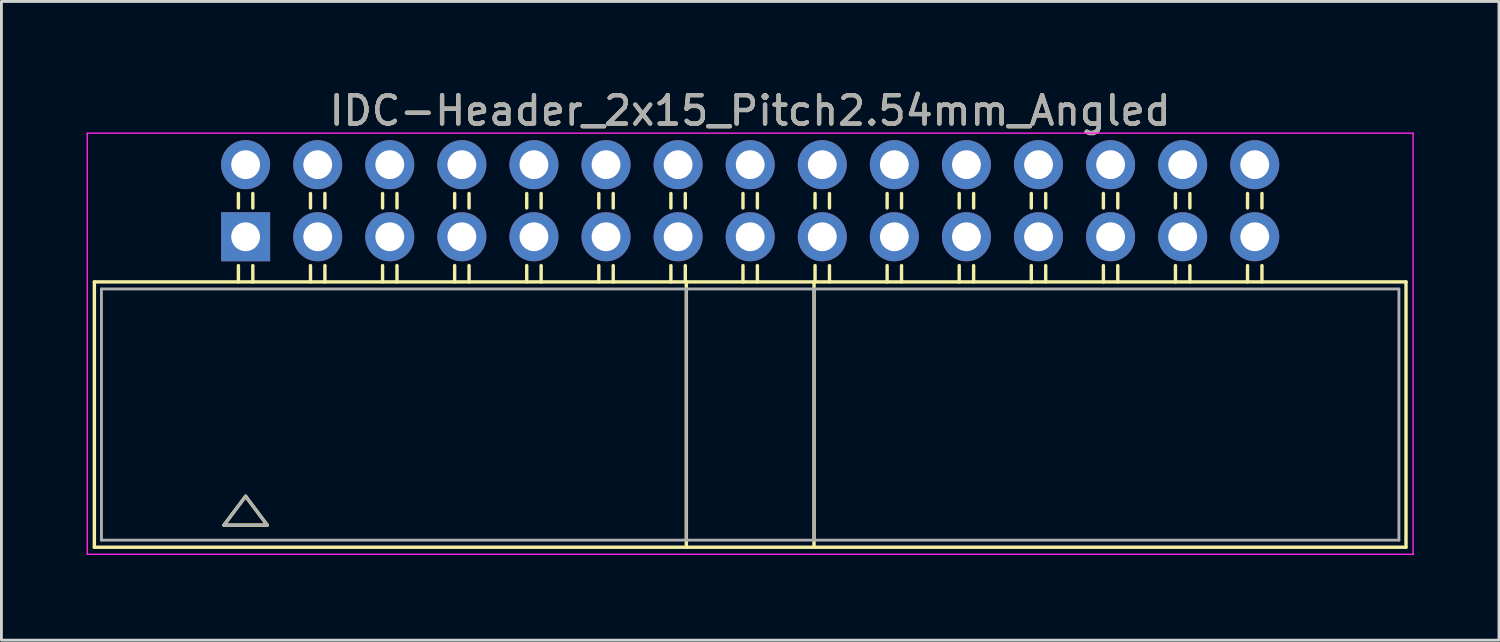
<source format=kicad_pcb>
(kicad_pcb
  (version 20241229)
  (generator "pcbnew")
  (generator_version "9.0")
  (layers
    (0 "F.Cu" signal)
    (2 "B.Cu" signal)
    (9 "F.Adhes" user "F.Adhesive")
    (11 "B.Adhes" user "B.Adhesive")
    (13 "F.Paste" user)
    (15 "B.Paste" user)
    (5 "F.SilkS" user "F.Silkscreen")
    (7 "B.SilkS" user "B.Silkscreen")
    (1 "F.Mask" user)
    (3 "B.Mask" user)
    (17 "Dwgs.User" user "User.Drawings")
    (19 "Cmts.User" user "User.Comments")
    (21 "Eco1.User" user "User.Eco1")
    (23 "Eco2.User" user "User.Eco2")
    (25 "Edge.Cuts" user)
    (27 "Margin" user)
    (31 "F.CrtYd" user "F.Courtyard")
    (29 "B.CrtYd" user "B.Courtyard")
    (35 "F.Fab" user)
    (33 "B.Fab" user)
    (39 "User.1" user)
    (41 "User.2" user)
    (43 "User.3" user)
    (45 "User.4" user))
  (footprint "IDC-Header_2x15_Pitch2.54mm_Angled"
    (layer "F.Cu")
    (at 5.605 5.293)
    (property "Reference" "IDC-Header_2x15_Pitch2.54mm_Angled" (at 17.78 -4.445 0) (layer "F.SilkS") (effects (font (size 1 1) (thickness 0.15))))
    (attr through_hole)
    (fp_line (start -5.33 1.59) (end -5.33 10.94) (stroke (width 0.12) (type solid)) (layer "F.SilkS"))
    (fp_line (start -5.33 1.59) (end 40.89 1.59) (stroke (width 0.12) (type solid)) (layer "F.SilkS"))
    (fp_line (start -0.762 10.16) (end 0 9.144) (stroke (width 0.12) (type solid)) (layer "F.SilkS"))
    (fp_line (start -0.254 -1.524) (end -0.254 -1.016) (stroke (width 0.12) (type solid)) (layer "F.SilkS"))
    (fp_line (start -0.254 1.016) (end -0.254 1.59) (stroke (width 0.12) (type solid)) (layer "F.SilkS"))
    (fp_line (start 0 9.144) (end 0.762 10.16) (stroke (width 0.12) (type solid)) (layer "F.SilkS"))
    (fp_line (start 0.254 -1.524) (end 0.254 -1.016) (stroke (width 0.12) (type solid)) (layer "F.SilkS"))
    (fp_line (start 0.254 1.016) (end 0.254 1.59) (stroke (width 0.12) (type solid)) (layer "F.SilkS"))
    (fp_line (start 0.762 10.16) (end -0.762 10.16) (stroke (width 0.12) (type solid)) (layer "F.SilkS"))
    (fp_line (start 2.286 -1.524) (end 2.286 -1.016) (stroke (width 0.12) (type solid)) (layer "F.SilkS"))
    (fp_line (start 2.286 1.016) (end 2.286 1.59) (stroke (width 0.12) (type solid)) (layer "F.SilkS"))
    (fp_line (start 2.794 -1.524) (end 2.794 -1.016) (stroke (width 0.12) (type solid)) (layer "F.SilkS"))
    (fp_line (start 2.794 1.016) (end 2.794 1.59) (stroke (width 0.12) (type solid)) (layer "F.SilkS"))
    (fp_line (start 4.826 -1.524) (end 4.826 -1.016) (stroke (width 0.12) (type solid)) (layer "F.SilkS"))
    (fp_line (start 4.826 1.016) (end 4.826 1.59) (stroke (width 0.12) (type solid)) (layer "F.SilkS"))
    (fp_line (start 5.334 -1.524) (end 5.334 -1.016) (stroke (width 0.12) (type solid)) (layer "F.SilkS"))
    (fp_line (start 5.334 1.016) (end 5.334 1.59) (stroke (width 0.12) (type solid)) (layer "F.SilkS"))
    (fp_line (start 7.366 -1.524) (end 7.366 -1.016) (stroke (width 0.12) (type solid)) (layer "F.SilkS"))
    (fp_line (start 7.366 1.016) (end 7.366 1.59) (stroke (width 0.12) (type solid)) (layer "F.SilkS"))
    (fp_line (start 7.874 -1.524) (end 7.874 -1.016) (stroke (width 0.12) (type solid)) (layer "F.SilkS"))
    (fp_line (start 7.874 1.016) (end 7.874 1.59) (stroke (width 0.12) (type solid)) (layer "F.SilkS"))
    (fp_line (start 9.906 -1.524) (end 9.906 -1.016) (stroke (width 0.12) (type solid)) (layer "F.SilkS"))
    (fp_line (start 9.906 1.016) (end 9.906 1.59) (stroke (width 0.12) (type solid)) (layer "F.SilkS"))
    (fp_line (start 10.414 -1.524) (end 10.414 -1.016) (stroke (width 0.12) (type solid)) (layer "F.SilkS"))
    (fp_line (start 10.414 1.016) (end 10.414 1.59) (stroke (width 0.12) (type solid)) (layer "F.SilkS"))
    (fp_line (start 12.446 -1.524) (end 12.446 -1.016) (stroke (width 0.12) (type solid)) (layer "F.SilkS"))
    (fp_line (start 12.446 1.016) (end 12.446 1.59) (stroke (width 0.12) (type solid)) (layer "F.SilkS"))
    (fp_line (start 12.954 -1.524) (end 12.954 -1.016) (stroke (width 0.12) (type solid)) (layer "F.SilkS"))
    (fp_line (start 12.954 1.016) (end 12.954 1.59) (stroke (width 0.12) (type solid)) (layer "F.SilkS"))
    (fp_line (start 14.986 -1.524) (end 14.986 -1.016) (stroke (width 0.12) (type solid)) (layer "F.SilkS"))
    (fp_line (start 14.986 1.016) (end 14.986 1.59) (stroke (width 0.12) (type solid)) (layer "F.SilkS"))
    (fp_line (start 15.494 -1.524) (end 15.494 -1.016) (stroke (width 0.12) (type solid)) (layer "F.SilkS"))
    (fp_line (start 15.494 1.016) (end 15.494 1.59) (stroke (width 0.12) (type solid)) (layer "F.SilkS"))
    (fp_line (start 15.53 1.59) (end 15.53 10.94) (stroke (width 0.12) (type solid)) (layer "F.SilkS"))
    (fp_line (start 17.526 -1.524) (end 17.526 -1.016) (stroke (width 0.12) (type solid)) (layer "F.SilkS"))
    (fp_line (start 17.526 1.016) (end 17.526 1.59) (stroke (width 0.12) (type solid)) (layer "F.SilkS"))
    (fp_line (start 18.034 -1.524) (end 18.034 -1.016) (stroke (width 0.12) (type solid)) (layer "F.SilkS"))
    (fp_line (start 18.034 1.016) (end 18.034 1.59) (stroke (width 0.12) (type solid)) (layer "F.SilkS"))
    (fp_line (start 20.03 1.59) (end 20.03 10.94) (stroke (width 0.12) (type solid)) (layer "F.SilkS"))
    (fp_line (start 20.066 -1.524) (end 20.066 -1.016) (stroke (width 0.12) (type solid)) (layer "F.SilkS"))
    (fp_line (start 20.066 1.016) (end 20.066 1.59) (stroke (width 0.12) (type solid)) (layer "F.SilkS"))
    (fp_line (start 20.574 -1.524) (end 20.574 -1.016) (stroke (width 0.12) (type solid)) (layer "F.SilkS"))
    (fp_line (start 20.574 1.016) (end 20.574 1.59) (stroke (width 0.12) (type solid)) (layer "F.SilkS"))
    (fp_line (start 22.606 -1.524) (end 22.606 -1.016) (stroke (width 0.12) (type solid)) (layer "F.SilkS"))
    (fp_line (start 22.606 1.016) (end 22.606 1.59) (stroke (width 0.12) (type solid)) (layer "F.SilkS"))
    (fp_line (start 23.114 -1.524) (end 23.114 -1.016) (stroke (width 0.12) (type solid)) (layer "F.SilkS"))
    (fp_line (start 23.114 1.016) (end 23.114 1.59) (stroke (width 0.12) (type solid)) (layer "F.SilkS"))
    (fp_line (start 25.146 -1.524) (end 25.146 -1.016) (stroke (width 0.12) (type solid)) (layer "F.SilkS"))
    (fp_line (start 25.146 1.016) (end 25.146 1.59) (stroke (width 0.12) (type solid)) (layer "F.SilkS"))
    (fp_line (start 25.654 -1.524) (end 25.654 -1.016) (stroke (width 0.12) (type solid)) (layer "F.SilkS"))
    (fp_line (start 25.654 1.016) (end 25.654 1.59) (stroke (width 0.12) (type solid)) (layer "F.SilkS"))
    (fp_line (start 27.686 -1.524) (end 27.686 -1.016) (stroke (width 0.12) (type solid)) (layer "F.SilkS"))
    (fp_line (start 27.686 1.016) (end 27.686 1.59) (stroke (width 0.12) (type solid)) (layer "F.SilkS"))
    (fp_line (start 28.194 -1.524) (end 28.194 -1.016) (stroke (width 0.12) (type solid)) (layer "F.SilkS"))
    (fp_line (start 28.194 1.016) (end 28.194 1.59) (stroke (width 0.12) (type solid)) (layer "F.SilkS"))
    (fp_line (start 30.226 -1.524) (end 30.226 -1.016) (stroke (width 0.12) (type solid)) (layer "F.SilkS"))
    (fp_line (start 30.226 1.016) (end 30.226 1.59) (stroke (width 0.12) (type solid)) (layer "F.SilkS"))
    (fp_line (start 30.734 -1.524) (end 30.734 -1.016) (stroke (width 0.12) (type solid)) (layer "F.SilkS"))
    (fp_line (start 30.734 1.016) (end 30.734 1.59) (stroke (width 0.12) (type solid)) (layer "F.SilkS"))
    (fp_line (start 32.766 -1.524) (end 32.766 -1.016) (stroke (width 0.12) (type solid)) (layer "F.SilkS"))
    (fp_line (start 32.766 1.016) (end 32.766 1.59) (stroke (width 0.12) (type solid)) (layer "F.SilkS"))
    (fp_line (start 33.274 -1.524) (end 33.274 -1.016) (stroke (width 0.12) (type solid)) (layer "F.SilkS"))
    (fp_line (start 33.274 1.016) (end 33.274 1.59) (stroke (width 0.12) (type solid)) (layer "F.SilkS"))
    (fp_line (start 35.306 -1.524) (end 35.306 -1.016) (stroke (width 0.12) (type solid)) (layer "F.SilkS"))
    (fp_line (start 35.306 1.016) (end 35.306 1.59) (stroke (width 0.12) (type solid)) (layer "F.SilkS"))
    (fp_line (start 35.814 -1.524) (end 35.814 -1.016) (stroke (width 0.12) (type solid)) (layer "F.SilkS"))
    (fp_line (start 35.814 1.016) (end 35.814 1.59) (stroke (width 0.12) (type solid)) (layer "F.SilkS"))
    (fp_line (start 40.89 1.59) (end 40.89 10.94) (stroke (width 0.12) (type solid)) (layer "F.SilkS"))
    (fp_line (start 40.89 10.94) (end -5.33 10.94) (stroke (width 0.12) (type solid)) (layer "F.SilkS"))
    (fp_line (start -5.58 -3.65) (end 41.14 -3.65) (stroke (width 0.05) (type solid)) (layer "F.CrtYd"))
    (fp_line (start -5.58 11.19) (end -5.58 -3.65) (stroke (width 0.05) (type solid)) (layer "F.CrtYd"))
    (fp_line (start 41.14 -3.65) (end 41.14 11.19) (stroke (width 0.05) (type solid)) (layer "F.CrtYd"))
    (fp_line (start 41.14 11.19) (end -5.58 11.19) (stroke (width 0.05) (type solid)) (layer "F.CrtYd"))
    (fp_line (start -5.08 1.84) (end -5.08 10.69) (stroke (width 0.1) (type solid)) (layer "F.Fab"))
    (fp_line (start -5.08 1.84) (end 40.64 1.84) (stroke (width 0.1) (type solid)) (layer "F.Fab"))
    (fp_line (start -5.08 10.69) (end 40.64 10.69) (stroke (width 0.1) (type solid)) (layer "F.Fab"))
    (fp_line (start -0.762 10.16) (end 0.762 10.16) (stroke (width 0.1) (type solid)) (layer "F.Fab"))
    (fp_line (start 0 9.144) (end -0.762 10.16) (stroke (width 0.1) (type solid)) (layer "F.Fab"))
    (fp_line (start 0.762 10.16) (end 0 9.144) (stroke (width 0.1) (type solid)) (layer "F.Fab"))
    (fp_line (start 15.53 1.84) (end 15.53 10.69) (stroke (width 0.1) (type solid)) (layer "F.Fab"))
    (fp_line (start 20.03 1.84) (end 20.03 10.69) (stroke (width 0.1) (type solid)) (layer "F.Fab"))
    (fp_line (start 40.64 1.84) (end 40.64 10.69) (stroke (width 0.1) (type solid)) (layer "F.Fab"))
    (fp_text user "${REFERENCE}" (at 17.78 -4.445 0) (layer "F.Fab") (effects (font (size 1 1) (thickness 0.15))))
    (pad "1" thru_hole rect (at 0 0) (size 1.727 1.727) (drill 1.016) (layers "*.Cu" "*.Mask"))
    (pad "2" thru_hole oval (at 0 -2.54) (size 1.727 1.727) (drill 1.016) (layers "*.Cu" "*.Mask"))
    (pad "3" thru_hole oval (at 2.54 0) (size 1.727 1.727) (drill 1.016) (layers "*.Cu" "*.Mask"))
    (pad "4" thru_hole oval (at 2.54 -2.54) (size 1.727 1.727) (drill 1.016) (layers "*.Cu" "*.Mask"))
    (pad "5" thru_hole oval (at 5.08 0) (size 1.727 1.727) (drill 1.016) (layers "*.Cu" "*.Mask"))
    (pad "6" thru_hole oval (at 5.08 -2.54) (size 1.727 1.727) (drill 1.016) (layers "*.Cu" "*.Mask"))
    (pad "7" thru_hole oval (at 7.62 0) (size 1.727 1.727) (drill 1.016) (layers "*.Cu" "*.Mask"))
    (pad "8" thru_hole oval (at 7.62 -2.54) (size 1.727 1.727) (drill 1.016) (layers "*.Cu" "*.Mask"))
    (pad "9" thru_hole oval (at 10.16 0) (size 1.727 1.727) (drill 1.016) (layers "*.Cu" "*.Mask"))
    (pad "10" thru_hole oval (at 10.16 -2.54) (size 1.727 1.727) (drill 1.016) (layers "*.Cu" "*.Mask"))
    (pad "11" thru_hole oval (at 12.7 0) (size 1.727 1.727) (drill 1.016) (layers "*.Cu" "*.Mask"))
    (pad "12" thru_hole oval (at 12.7 -2.54) (size 1.727 1.727) (drill 1.016) (layers "*.Cu" "*.Mask"))
    (pad "13" thru_hole oval (at 15.24 0) (size 1.727 1.727) (drill 1.016) (layers "*.Cu" "*.Mask"))
    (pad "14" thru_hole oval (at 15.24 -2.54) (size 1.727 1.727) (drill 1.016) (layers "*.Cu" "*.Mask"))
    (pad "15" thru_hole oval (at 17.78 0) (size 1.727 1.727) (drill 1.016) (layers "*.Cu" "*.Mask"))
    (pad "16" thru_hole oval (at 17.78 -2.54) (size 1.727 1.727) (drill 1.016) (layers "*.Cu" "*.Mask"))
    (pad "17" thru_hole oval (at 20.32 0) (size 1.727 1.727) (drill 1.016) (layers "*.Cu" "*.Mask"))
    (pad "18" thru_hole oval (at 20.32 -2.54) (size 1.727 1.727) (drill 1.016) (layers "*.Cu" "*.Mask"))
    (pad "19" thru_hole oval (at 22.86 0) (size 1.727 1.727) (drill 1.016) (layers "*.Cu" "*.Mask"))
    (pad "20" thru_hole oval (at 22.86 -2.54) (size 1.727 1.727) (drill 1.016) (layers "*.Cu" "*.Mask"))
    (pad "21" thru_hole oval (at 25.4 0) (size 1.727 1.727) (drill 1.016) (layers "*.Cu" "*.Mask"))
    (pad "22" thru_hole oval (at 25.4 -2.54) (size 1.727 1.727) (drill 1.016) (layers "*.Cu" "*.Mask"))
    (pad "23" thru_hole oval (at 27.94 0) (size 1.727 1.727) (drill 1.016) (layers "*.Cu" "*.Mask"))
    (pad "24" thru_hole oval (at 27.94 -2.54) (size 1.727 1.727) (drill 1.016) (layers "*.Cu" "*.Mask"))
    (pad "25" thru_hole oval (at 30.48 0) (size 1.727 1.727) (drill 1.016) (layers "*.Cu" "*.Mask"))
    (pad "26" thru_hole oval (at 30.48 -2.54) (size 1.727 1.727) (drill 1.016) (layers "*.Cu" "*.Mask"))
    (pad "27" thru_hole oval (at 33.02 0) (size 1.727 1.727) (drill 1.016) (layers "*.Cu" "*.Mask"))
    (pad "28" thru_hole oval (at 33.02 -2.54) (size 1.727 1.727) (drill 1.016) (layers "*.Cu" "*.Mask"))
    (pad "29" thru_hole oval (at 35.56 0) (size 1.727 1.727) (drill 1.016) (layers "*.Cu" "*.Mask"))
    (pad "30" thru_hole oval (at 35.56 -2.54) (size 1.727 1.727) (drill 1.016) (layers "*.Cu" "*.Mask")))
  (gr_rect
    (start -3 -3)
    (end 49.77 19.508)
    (stroke (width 0.1) (type default))
    (fill no)
    (layer "Edge.Cuts")))
</source>
